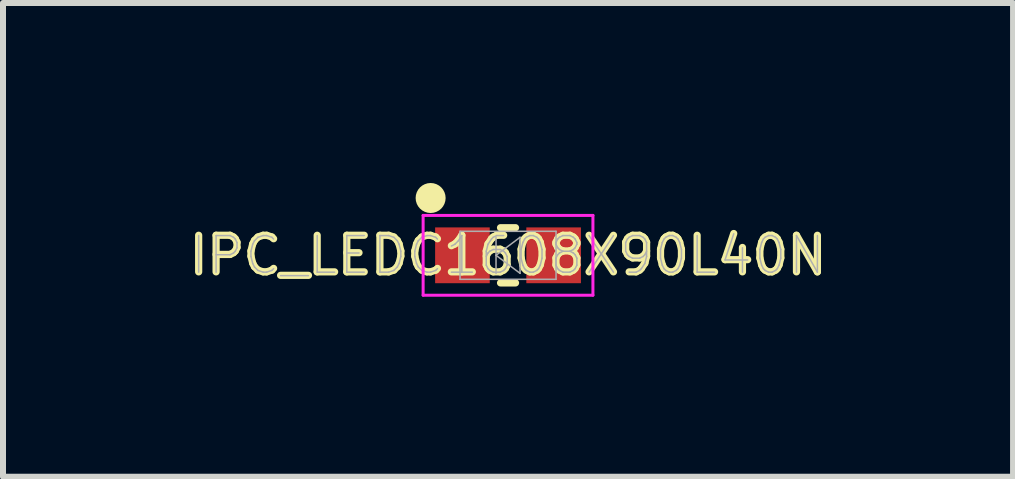
<source format=kicad_pcb>
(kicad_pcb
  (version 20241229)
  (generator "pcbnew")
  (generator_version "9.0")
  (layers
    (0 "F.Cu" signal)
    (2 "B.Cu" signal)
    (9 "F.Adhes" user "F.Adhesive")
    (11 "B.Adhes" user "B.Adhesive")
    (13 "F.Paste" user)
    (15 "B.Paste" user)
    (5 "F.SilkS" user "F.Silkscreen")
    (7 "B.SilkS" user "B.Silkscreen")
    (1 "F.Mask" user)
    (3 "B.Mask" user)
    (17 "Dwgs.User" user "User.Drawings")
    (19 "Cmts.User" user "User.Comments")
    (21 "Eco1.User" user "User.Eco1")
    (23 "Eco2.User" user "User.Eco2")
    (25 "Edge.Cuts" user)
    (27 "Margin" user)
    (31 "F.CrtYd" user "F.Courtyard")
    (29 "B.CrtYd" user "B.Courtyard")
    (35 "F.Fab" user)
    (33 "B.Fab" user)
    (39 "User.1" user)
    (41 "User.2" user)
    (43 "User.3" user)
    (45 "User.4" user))
  (footprint "IPC_LEDC1608X90L40N"
    (layer "F.Cu")
    (at 5.417 1.205)
    (property "Reference" "IPC_LEDC1608X90L40N" (at 0 0 0) (layer "F.SilkS") (effects (font (size 0.61 0.61) (thickness 0.12))))
    (attr smd)
    (fp_line (start -0.125 0.46) (end 0.125 0.46) (stroke (width 0.12) (type solid)) (layer "F.SilkS"))
    (fp_line (start 0.125 -0.46) (end -0.125 -0.46) (stroke (width 0.12) (type solid)) (layer "F.SilkS"))
    (fp_circle (center -1.29 -0.955) (end -1.165 -0.955) (stroke (width 0.25) (type solid)) (fill no) (layer "F.SilkS"))
    (fp_line (start -1.415 -0.665) (end 1.415 -0.665) (stroke (width 0.05) (type solid)) (layer "F.CrtYd"))
    (fp_line (start -1.415 0.665) (end -1.415 -0.665) (stroke (width 0.05) (type solid)) (layer "F.CrtYd"))
    (fp_line (start 1.415 -0.665) (end 1.415 0.665) (stroke (width 0.05) (type solid)) (layer "F.CrtYd"))
    (fp_line (start 1.415 0.665) (end -1.415 0.665) (stroke (width 0.05) (type solid)) (layer "F.CrtYd"))
    (fp_line (start -0.8 -0.4) (end 0.8 -0.4) (stroke (width 0.025) (type solid)) (layer "F.Fab"))
    (fp_line (start -0.8 0.4) (end -0.8 -0.4) (stroke (width 0.025) (type solid)) (layer "F.Fab"))
    (fp_line (start -0.2 -0.3) (end -0.2 0.3) (stroke (width 0.025) (type solid)) (layer "F.Fab"))
    (fp_line (start -0.2 0) (end 0.2 0.3) (stroke (width 0.025) (type solid)) (layer "F.Fab"))
    (fp_line (start 0.2 -0.3) (end -0.2 0) (stroke (width 0.025) (type solid)) (layer "F.Fab"))
    (fp_line (start 0.2 0.3) (end 0.2 -0.3) (stroke (width 0.025) (type solid)) (layer "F.Fab"))
    (fp_line (start 0.8 -0.4) (end 0.8 0.4) (stroke (width 0.025) (type solid)) (layer "F.Fab"))
    (fp_line (start 0.8 0.4) (end -0.8 0.4) (stroke (width 0.025) (type solid)) (layer "F.Fab"))
    (fp_text user "${REFERENCE}" (at 0 0 0) (layer "F.Fab") (effects (font (size 0.61 0.61) (thickness 0.025))))
    (pad "A" smd rect (at 0.76 0) (size 0.91 0.93) (layers "F.Cu" "F.Mask" "F.Paste"))
    (pad "C" smd rect (at -0.76 0) (size 0.91 0.93) (layers "F.Cu" "F.Mask" "F.Paste")))
  (gr_rect
    (start -3 -3)
    (end 13.834 4.895)
    (stroke (width 0.1) (type default))
    (fill no)
    (layer "Edge.Cuts")))
</source>
